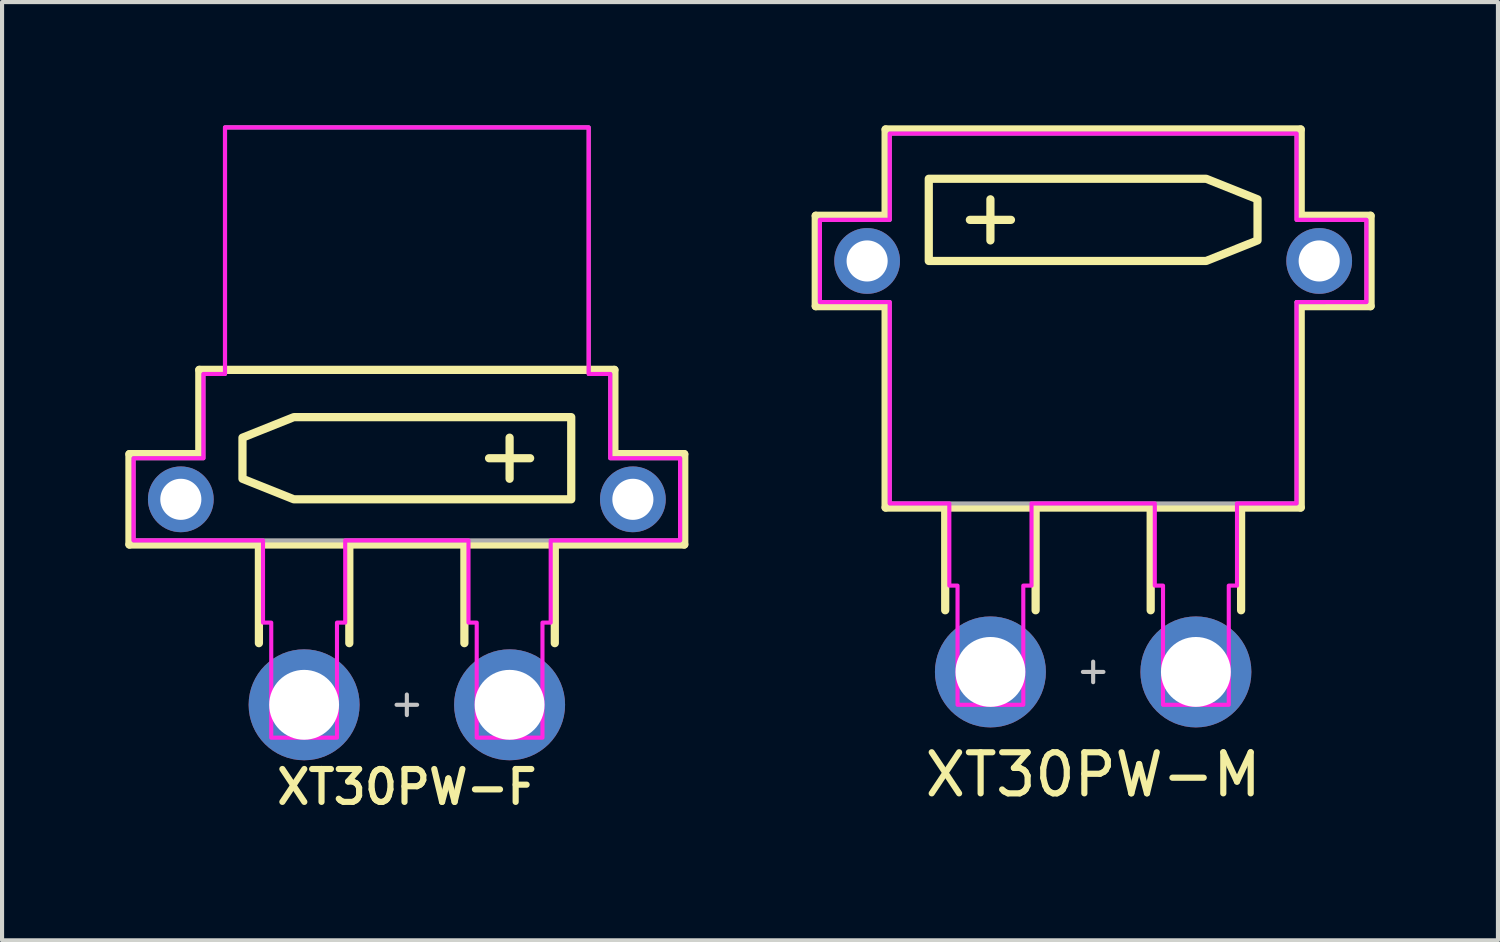
<source format=kicad_pcb>
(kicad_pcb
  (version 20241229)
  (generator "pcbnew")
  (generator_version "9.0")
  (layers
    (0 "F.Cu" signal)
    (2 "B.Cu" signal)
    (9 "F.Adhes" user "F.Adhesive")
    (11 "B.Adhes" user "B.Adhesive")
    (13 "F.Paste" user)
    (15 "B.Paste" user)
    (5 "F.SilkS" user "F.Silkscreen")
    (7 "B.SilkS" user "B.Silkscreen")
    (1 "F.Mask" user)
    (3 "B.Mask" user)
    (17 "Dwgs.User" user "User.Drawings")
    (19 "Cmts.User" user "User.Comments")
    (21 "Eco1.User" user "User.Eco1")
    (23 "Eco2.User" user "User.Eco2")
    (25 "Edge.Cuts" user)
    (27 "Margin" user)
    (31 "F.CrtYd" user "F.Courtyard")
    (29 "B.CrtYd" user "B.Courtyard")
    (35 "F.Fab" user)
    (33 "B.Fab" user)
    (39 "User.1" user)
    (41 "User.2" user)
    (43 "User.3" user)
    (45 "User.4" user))
  (footprint "XT30PW-F"
    (layer "F.Cu")
    (at 6.85 14.1)
    (property "Reference" "XT30PW-F" (at 0 2 0) (layer "F.SilkS") (effects (font (size 0.8 0.8) (thickness 0.15))))
    (attr through_hole)
    (fp_line (start -6.75 -6.1) (end -5.05 -6.1) (stroke (width 0.2) (type solid)) (layer "F.SilkS"))
    (fp_line (start -6.75 -3.9) (end -6.75 -6.1) (stroke (width 0.2) (type solid)) (layer "F.SilkS"))
    (fp_line (start -5.05 -8.15) (end 5.05 -8.15) (stroke (width 0.2) (type solid)) (layer "F.SilkS"))
    (fp_line (start -5.05 -6.1) (end -5.05 -8.15) (stroke (width 0.2) (type solid)) (layer "F.SilkS"))
    (fp_line (start -3.6 -1.5) (end -3.6 -3.9) (stroke (width 0.2) (type solid)) (layer "F.SilkS"))
    (fp_line (start -1.4 -3.9) (end -1.4 -1.5) (stroke (width 0.2) (type solid)) (layer "F.SilkS"))
    (fp_line (start 1.4 -3.9) (end 1.4 -1.5) (stroke (width 0.2) (type solid)) (layer "F.SilkS"))
    (fp_line (start 2 -6) (end 3 -6) (stroke (width 0.2) (type solid)) (layer "F.SilkS"))
    (fp_line (start 2.5 -6.5) (end 2.5 -5.5) (stroke (width 0.2) (type solid)) (layer "F.SilkS"))
    (fp_line (start 3.6 -3.9) (end 3.6 -1.5) (stroke (width 0.2) (type solid)) (layer "F.SilkS"))
    (fp_line (start 5.05 -8.15) (end 5.05 -6.1) (stroke (width 0.2) (type solid)) (layer "F.SilkS"))
    (fp_line (start 5.05 -6.1) (end 6.75 -6.1) (stroke (width 0.2) (type solid)) (layer "F.SilkS"))
    (fp_line (start 6.75 -6.1) (end 6.75 -3.9) (stroke (width 0.2) (type solid)) (layer "F.SilkS"))
    (fp_line (start 6.75 -3.9) (end -6.75 -3.9) (stroke (width 0.2) (type solid)) (layer "F.SilkS"))
    (fp_poly (pts (xy 4 -5) (xy -2.75 -5) (xy -4 -5.5) (xy -4 -6.5) (xy -2.75 -7) (xy 4 -7)) (stroke (width 0.2) (type solid)) (fill no) (layer "F.SilkS"))
    (fp_line (start -0.25 0) (end 0.25 0) (stroke (width 0.1) (type solid)) (layer "Dwgs.User"))
    (fp_line (start 0 -0.25) (end 0 0.25) (stroke (width 0.1) (type solid)) (layer "Dwgs.User"))
    (fp_poly (pts (xy 4.425 -8.05) (xy 4.95 -8.05) (xy 4.95 -6) (xy 6.65 -6) (xy 6.65 -4) (xy 3.5 -4) (xy 3.5 -2) (xy 3.3 -2) (xy 3.3 0.8) (xy 1.7 0.8) (xy 1.7 -2) (xy 1.5 -2) (xy 1.5 -4) (xy -1.5 -4) (xy -1.5 -2) (xy -1.7 -2) (xy -1.7 0.8) (xy -3.3 0.8) (xy -3.3 -2) (xy -3.5 -2) (xy -3.5 -4) (xy -6.65 -4) (xy -6.65 -6) (xy -4.95 -6) (xy -4.95 -8.05) (xy -4.425 -8.05) (xy -4.425 -14.05) (xy 4.425 -14.05)) (stroke (width 0.1) (type solid)) (fill no) (layer "F.CrtYd"))
    (fp_poly (pts (xy 4.425 -8.05) (xy 4.95 -8.05) (xy 4.95 -6) (xy 6.65 -6) (xy 6.65 -4) (xy -6.65 -4) (xy -6.65 -6) (xy -4.95 -6) (xy -4.95 -8.05) (xy -4.425 -8.05) (xy -4.425 -14.05) (xy 4.425 -14.05)) (stroke (width 0.1) (type solid)) (fill no) (layer "F.Fab"))
    (pad "1" thru_hole oval (at 2.5 0) (size 2.7 2.7) (drill 1.7) (layers "*.Cu" "*.Mask"))
    (pad "2" thru_hole circle (at -2.5 0) (size 2.7 2.7) (drill 1.7) (layers "*.Cu" "*.Mask"))
    (pad "SHELL" thru_hole circle (at -5.5 -5 90) (size 1.6 1.6) (drill 1) (layers "*.Cu" "*.Mask"))
    (pad "SHELL" thru_hole circle (at 5.5 -5) (size 1.6 1.6) (drill 1) (layers "*.Cu" "*.Mask")))
  (footprint "XT30PW-M"
    (layer "F.Cu")
    (at 23.55 13.3)
    (property "Reference" "XT30PW-M" (at 0 2.5 0) (layer "F.SilkS") (effects (font (size 1 1) (thickness 0.15))))
    (attr through_hole)
    (fp_line (start -6.75 -11.1) (end -6.75 -8.9) (stroke (width 0.2) (type solid)) (layer "F.SilkS"))
    (fp_line (start -6.75 -8.9) (end -5.05 -8.9) (stroke (width 0.2) (type solid)) (layer "F.SilkS"))
    (fp_line (start -5.05 -13.2) (end -5.05 -11.1) (stroke (width 0.2) (type solid)) (layer "F.SilkS"))
    (fp_line (start -5.05 -11.1) (end -6.75 -11.1) (stroke (width 0.2) (type solid)) (layer "F.SilkS"))
    (fp_line (start -5.05 -8.9) (end -5.05 -4) (stroke (width 0.2) (type solid)) (layer "F.SilkS"))
    (fp_line (start -5.05 -4) (end 5.05 -4) (stroke (width 0.2) (type solid)) (layer "F.SilkS"))
    (fp_line (start -3.6 -4) (end -3.6 -1.5) (stroke (width 0.2) (type solid)) (layer "F.SilkS"))
    (fp_line (start -2.5 -10.5) (end -2.5 -11.5) (stroke (width 0.2) (type solid)) (layer "F.SilkS"))
    (fp_line (start -2 -11) (end -3 -11) (stroke (width 0.2) (type solid)) (layer "F.SilkS"))
    (fp_line (start -1.4 -1.5) (end -1.4 -4) (stroke (width 0.2) (type solid)) (layer "F.SilkS"))
    (fp_line (start 1.4 -4) (end 1.4 -1.5) (stroke (width 0.2) (type solid)) (layer "F.SilkS"))
    (fp_line (start 3.6 -1.5) (end 3.6 -4) (stroke (width 0.2) (type solid)) (layer "F.SilkS"))
    (fp_line (start 5.05 -13.2) (end -5.05 -13.2) (stroke (width 0.2) (type solid)) (layer "F.SilkS"))
    (fp_line (start 5.05 -11.1) (end 5.05 -13.2) (stroke (width 0.2) (type solid)) (layer "F.SilkS"))
    (fp_line (start 5.05 -8.9) (end 6.75 -8.9) (stroke (width 0.2) (type solid)) (layer "F.SilkS"))
    (fp_line (start 5.05 -4) (end 5.05 -8.9) (stroke (width 0.2) (type solid)) (layer "F.SilkS"))
    (fp_line (start 6.75 -11.1) (end 5.05 -11.1) (stroke (width 0.2) (type solid)) (layer "F.SilkS"))
    (fp_line (start 6.75 -8.9) (end 6.75 -11.1) (stroke (width 0.2) (type solid)) (layer "F.SilkS"))
    (fp_poly (pts (xy -4 -12) (xy 2.75 -12) (xy 4 -11.5) (xy 4 -10.5) (xy 2.75 -10) (xy -4 -10)) (stroke (width 0.2) (type solid)) (fill no) (layer "F.SilkS"))
    (fp_line (start -0.25 0) (end 0.25 0) (stroke (width 0.1) (type solid)) (layer "Dwgs.User"))
    (fp_line (start 0 -0.25) (end 0 0.25) (stroke (width 0.1) (type solid)) (layer "Dwgs.User"))
    (fp_poly (pts (xy 4.95 -11) (xy 6.65 -11) (xy 6.65 -9) (xy 4.95 -9) (xy 4.95 -4.1) (xy 3.5 -4.1) (xy 3.5 -2.1) (xy 3.3 -2.1) (xy 3.3 0.8) (xy 1.7 0.8) (xy 1.7 -2.1) (xy 1.5 -2.1) (xy 1.5 -4.1) (xy -1.5 -4.1) (xy -1.5 -2.1) (xy -1.7 -2.1) (xy -1.7 0.8) (xy -3.3 0.8) (xy -3.3 -2.1) (xy -3.5 -2.1) (xy -3.5 -4.1) (xy -4.95 -4.1) (xy -4.95 -9) (xy -6.65 -9) (xy -6.65 -11) (xy -4.95 -11) (xy -4.95 -13.1) (xy 4.95 -13.1)) (stroke (width 0.1) (type solid)) (fill no) (layer "F.CrtYd"))
    (fp_line (start 4.95 -9) (end 5.65 -9) (stroke (width 0.1) (type solid)) (layer "F.Fab"))
    (fp_poly (pts (xy 4.95 -11) (xy 6.65 -11) (xy 6.65 -9) (xy 4.95 -9) (xy 4.95 -4.1) (xy -4.95 -4.1) (xy -4.95 -9) (xy -6.65 -9) (xy -6.65 -11) (xy -4.95 -11) (xy -4.95 -13.1) (xy 4.95 -13.1)) (stroke (width 0.1) (type solid)) (fill no) (layer "F.Fab"))
    (pad "1" thru_hole oval (at -2.5 0) (size 2.7 2.7) (drill oval 1.7) (layers "*.Cu" "*.Mask"))
    (pad "2" thru_hole circle (at 2.5 0) (size 2.7 2.7) (drill 1.7) (layers "*.Cu" "*.Mask"))
    (pad "SHELL" thru_hole oval (at -5.5 -10) (size 1.6 1.6) (drill 1) (layers "*.Cu" "*.Mask"))
    (pad "SHELL" thru_hole circle (at 5.5 -10) (size 1.6 1.6) (drill 1) (layers "*.Cu" "*.Mask")))
  (gr_rect
    (start -3 -3)
    (end 33.4 19.831)
    (stroke (width 0.1) (type default))
    (fill no)
    (layer "Edge.Cuts")))
</source>
